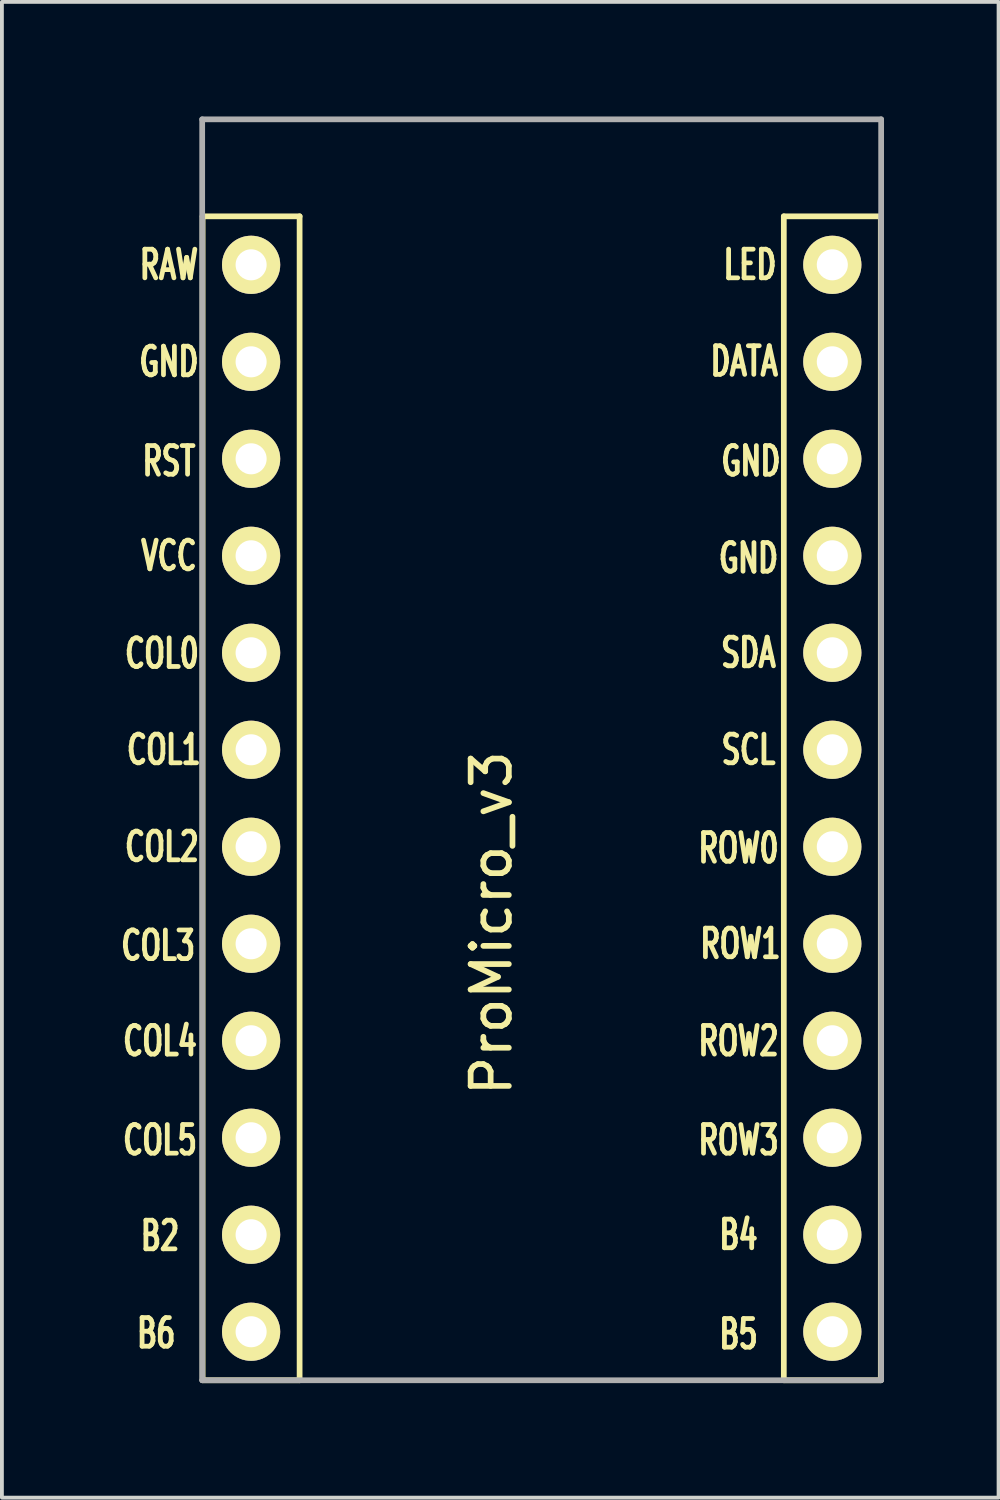
<source format=kicad_pcb>
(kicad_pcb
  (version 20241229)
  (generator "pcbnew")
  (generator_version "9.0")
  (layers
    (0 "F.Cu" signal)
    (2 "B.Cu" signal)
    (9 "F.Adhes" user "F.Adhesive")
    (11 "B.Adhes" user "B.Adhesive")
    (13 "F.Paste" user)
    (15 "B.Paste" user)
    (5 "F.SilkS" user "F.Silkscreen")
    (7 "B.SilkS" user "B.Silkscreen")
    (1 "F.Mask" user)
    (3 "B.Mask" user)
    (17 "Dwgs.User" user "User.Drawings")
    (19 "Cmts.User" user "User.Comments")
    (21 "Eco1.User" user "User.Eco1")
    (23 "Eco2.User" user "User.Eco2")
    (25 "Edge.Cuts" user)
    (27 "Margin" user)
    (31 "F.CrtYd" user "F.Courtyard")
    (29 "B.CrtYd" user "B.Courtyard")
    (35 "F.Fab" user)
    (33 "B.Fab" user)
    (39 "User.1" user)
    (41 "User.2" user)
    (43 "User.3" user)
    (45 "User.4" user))
  (footprint "ProMicro_v3"
    (layer "F.Cu")
    (at 11.09 18.363)
    (property "Reference" "ProMicro_v3" (at -1.27 2.762 270) (layer "F.SilkS") (effects (font (size 1 1) (thickness 0.15))))
    (attr through_hole)
    (fp_line (start -8.834 -15.748) (end -6.294 -15.748) (stroke (width 0.15) (type solid)) (layer "F.SilkS"))
    (fp_line (start -8.834 14.732) (end -8.834 -15.748) (stroke (width 0.15) (type solid)) (layer "F.SilkS"))
    (fp_line (start -6.294 -15.748) (end -6.294 14.732) (stroke (width 0.15) (type solid)) (layer "F.SilkS"))
    (fp_line (start -6.294 14.732) (end -8.834 14.732) (stroke (width 0.15) (type solid)) (layer "F.SilkS"))
    (fp_line (start 6.386 -15.748) (end 8.926 -15.748) (stroke (width 0.15) (type solid)) (layer "F.SilkS"))
    (fp_line (start 6.386 14.732) (end 6.386 -15.748) (stroke (width 0.15) (type solid)) (layer "F.SilkS"))
    (fp_line (start 8.926 -15.748) (end 8.926 14.732) (stroke (width 0.15) (type solid)) (layer "F.SilkS"))
    (fp_line (start 8.926 14.732) (end 6.386 14.732) (stroke (width 0.15) (type solid)) (layer "F.SilkS"))
    (fp_line (start -8.845 -18.288) (end 8.935 -18.288) (stroke (width 0.15) (type solid)) (layer "F.Fab"))
    (fp_line (start -8.845 14.732) (end -8.845 -18.288) (stroke (width 0.15) (type solid)) (layer "F.Fab"))
    (fp_line (start 8.935 -18.288) (end 8.935 14.732) (stroke (width 0.15) (type solid)) (layer "F.Fab"))
    (fp_line (start 8.935 14.732) (end -8.845 14.732) (stroke (width 0.15) (type solid)) (layer "F.Fab"))
    (fp_text user "SCL" (at 5.461 -1.778 0) (layer "F.SilkS") (effects (font (size 0.75 0.5) (thickness 0.125))))
    (fp_text user "COL0" (at -9.9 -4.3 0) (layer "F.SilkS") (effects (font (size 0.75 0.5) (thickness 0.125))))
    (fp_text user "COL1" (at -9.85 -1.778 0) (layer "F.SilkS") (effects (font (size 0.75 0.5) (thickness 0.125))))
    (fp_text user "RAW" (at -9.716 -14.478 0) (layer "F.SilkS") (effects (font (size 0.75 0.5) (thickness 0.125))))
    (fp_text user "" (at -0.5 -17.25 0) (layer "F.SilkS") (effects (font (size 1 1) (thickness 0.15))))
    (fp_text user "GND" (at 5.524 -9.335 0) (layer "F.SilkS") (effects (font (size 0.75 0.5) (thickness 0.125))))
    (fp_text user "COL3" (at -10 3.35 0) (layer "F.SilkS") (effects (font (size 0.75 0.5) (thickness 0.125))))
    (fp_text user "B6" (at -10.05 13.5 0) (layer "F.SilkS") (effects (font (size 0.75 0.5) (thickness 0.125))))
    (fp_text user "ROW3" (at 5.2 8.445 0) (layer "F.SilkS") (effects (font (size 0.75 0.5) (thickness 0.125))))
    (fp_text user "LED" (at 5.5 -14.478 0) (layer "F.SilkS") (effects (font (size 0.75 0.5) (thickness 0.125))))
    (fp_text user "ROW1" (at 5.25 3.302 0) (layer "F.SilkS") (effects (font (size 0.75 0.5) (thickness 0.125))))
    (fp_text user "SDA" (at 5.461 -4.318 0) (layer "F.SilkS") (effects (font (size 0.75 0.5) (thickness 0.125))))
    (fp_text user "B2" (at -9.95 10.95 0) (layer "F.SilkS") (effects (font (size 0.75 0.5) (thickness 0.125))))
    (fp_text user "GND" (at -9.716 -11.938 0) (layer "F.SilkS") (effects (font (size 0.75 0.5) (thickness 0.125))))
    (fp_text user "COL4" (at -9.95 5.85 0) (layer "F.SilkS") (effects (font (size 0.75 0.5) (thickness 0.125))))
    (fp_text user "VCC" (at -9.716 -6.858 0) (layer "F.SilkS") (effects (font (size 0.75 0.5) (thickness 0.125))))
    (fp_text user "ROW2" (at 5.2 5.85 0) (layer "F.SilkS") (effects (font (size 0.75 0.5) (thickness 0.125))))
    (fp_text user "DATA" (at 5.35 -11.95 0) (layer "F.SilkS") (effects (font (size 0.75 0.5) (thickness 0.125))))
    (fp_text user "ROW0" (at 5.2 0.8 0) (layer "F.SilkS") (effects (font (size 0.75 0.5) (thickness 0.125))))
    (fp_text user "COL5" (at -9.95 8.445 0) (layer "F.SilkS") (effects (font (size 0.75 0.5) (thickness 0.125))))
    (fp_text user "COL2" (at -9.9 0.762 0) (layer "F.SilkS") (effects (font (size 0.75 0.5) (thickness 0.125))))
    (fp_text user "RST" (at -9.716 -9.335 0) (layer "F.SilkS") (effects (font (size 0.75 0.5) (thickness 0.125))))
    (fp_text user "GND" (at 5.461 -6.795 0) (layer "F.SilkS") (effects (font (size 0.75 0.5) (thickness 0.125))))
    (fp_text user "B4" (at 5.2 10.922 0) (layer "F.SilkS") (effects (font (size 0.75 0.5) (thickness 0.125))))
    (fp_text user "B5" (at 5.2 13.525 0) (layer "F.SilkS") (effects (font (size 0.75 0.5) (thickness 0.125))))
    (fp_text user "" (at -1.206 -16.256 0) (layer "B.SilkS") (effects (font (size 1 1) (thickness 0.15)) (justify mirror)))
    (pad "1" thru_hole circle (at 7.656 -14.478) (size 1.524 1.524) (drill 0.813) (layers "*.Cu" "*.Mask" "F.SilkS"))
    (pad "2" thru_hole circle (at 7.656 -11.938) (size 1.524 1.524) (drill 0.813) (layers "*.Cu" "*.Mask" "F.SilkS"))
    (pad "3" thru_hole circle (at 7.656 -9.398) (size 1.524 1.524) (drill 0.813) (layers "*.Cu" "*.Mask" "F.SilkS"))
    (pad "4" thru_hole circle (at 7.656 -6.858) (size 1.524 1.524) (drill 0.813) (layers "*.Cu" "*.Mask" "F.SilkS"))
    (pad "5" thru_hole circle (at 7.656 -4.318) (size 1.524 1.524) (drill 0.813) (layers "*.Cu" "*.Mask" "F.SilkS"))
    (pad "6" thru_hole circle (at 7.656 -1.778) (size 1.524 1.524) (drill 0.813) (layers "*.Cu" "*.Mask" "F.SilkS"))
    (pad "7" thru_hole circle (at 7.656 0.762) (size 1.524 1.524) (drill 0.813) (layers "*.Cu" "*.Mask" "F.SilkS"))
    (pad "8" thru_hole circle (at 7.656 3.302) (size 1.524 1.524) (drill 0.813) (layers "*.Cu" "*.Mask" "F.SilkS"))
    (pad "9" thru_hole circle (at 7.656 5.842) (size 1.524 1.524) (drill 0.813) (layers "*.Cu" "*.Mask" "F.SilkS"))
    (pad "10" thru_hole circle (at 7.656 8.382) (size 1.524 1.524) (drill 0.813) (layers "*.Cu" "*.Mask" "F.SilkS"))
    (pad "11" thru_hole circle (at 7.656 10.922) (size 1.524 1.524) (drill 0.813) (layers "*.Cu" "*.Mask" "F.SilkS"))
    (pad "12" thru_hole circle (at 7.656 13.462) (size 1.524 1.524) (drill 0.813) (layers "*.Cu" "*.Mask" "F.SilkS"))
    (pad "13" thru_hole circle (at -7.564 13.462) (size 1.524 1.524) (drill 0.813) (layers "*.Cu" "*.Mask" "F.SilkS"))
    (pad "14" thru_hole circle (at -7.564 10.922) (size 1.524 1.524) (drill 0.813) (layers "*.Cu" "*.Mask" "F.SilkS"))
    (pad "15" thru_hole circle (at -7.564 8.382) (size 1.524 1.524) (drill 0.813) (layers "*.Cu" "*.Mask" "F.SilkS"))
    (pad "16" thru_hole circle (at -7.564 5.842) (size 1.524 1.524) (drill 0.813) (layers "*.Cu" "*.Mask" "F.SilkS"))
    (pad "17" thru_hole circle (at -7.564 3.302) (size 1.524 1.524) (drill 0.813) (layers "*.Cu" "*.Mask" "F.SilkS"))
    (pad "18" thru_hole circle (at -7.564 0.762) (size 1.524 1.524) (drill 0.813) (layers "*.Cu" "*.Mask" "F.SilkS"))
    (pad "19" thru_hole circle (at -7.564 -1.778) (size 1.524 1.524) (drill 0.813) (layers "*.Cu" "*.Mask" "F.SilkS"))
    (pad "20" thru_hole circle (at -7.564 -4.318) (size 1.524 1.524) (drill 0.813) (layers "*.Cu" "*.Mask" "F.SilkS"))
    (pad "21" thru_hole circle (at -7.564 -6.858) (size 1.524 1.524) (drill 0.813) (layers "*.Cu" "*.Mask" "F.SilkS"))
    (pad "22" thru_hole circle (at -7.564 -9.398) (size 1.524 1.524) (drill 0.813) (layers "*.Cu" "*.Mask" "F.SilkS"))
    (pad "23" thru_hole circle (at -7.564 -11.938) (size 1.524 1.524) (drill 0.813) (layers "*.Cu" "*.Mask" "F.SilkS"))
    (pad "24" thru_hole circle (at -7.564 -14.478) (size 1.524 1.524) (drill 0.813) (layers "*.Cu" "*.Mask" "F.SilkS")))
  (gr_rect
    (start -3 -3)
    (end 23.1 36.17)
    (stroke (width 0.1) (type default))
    (fill no)
    (layer "Edge.Cuts")))
</source>
